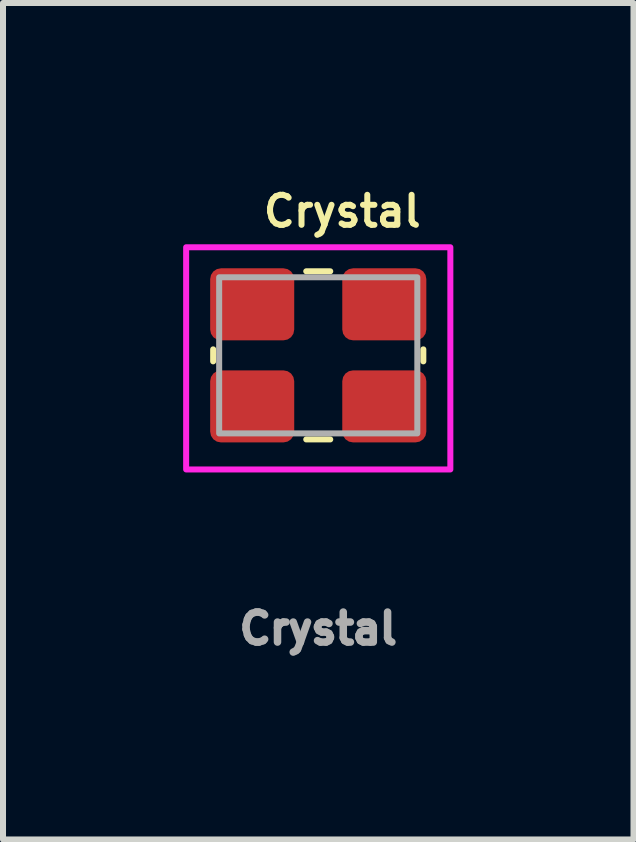
<source format=kicad_pcb>
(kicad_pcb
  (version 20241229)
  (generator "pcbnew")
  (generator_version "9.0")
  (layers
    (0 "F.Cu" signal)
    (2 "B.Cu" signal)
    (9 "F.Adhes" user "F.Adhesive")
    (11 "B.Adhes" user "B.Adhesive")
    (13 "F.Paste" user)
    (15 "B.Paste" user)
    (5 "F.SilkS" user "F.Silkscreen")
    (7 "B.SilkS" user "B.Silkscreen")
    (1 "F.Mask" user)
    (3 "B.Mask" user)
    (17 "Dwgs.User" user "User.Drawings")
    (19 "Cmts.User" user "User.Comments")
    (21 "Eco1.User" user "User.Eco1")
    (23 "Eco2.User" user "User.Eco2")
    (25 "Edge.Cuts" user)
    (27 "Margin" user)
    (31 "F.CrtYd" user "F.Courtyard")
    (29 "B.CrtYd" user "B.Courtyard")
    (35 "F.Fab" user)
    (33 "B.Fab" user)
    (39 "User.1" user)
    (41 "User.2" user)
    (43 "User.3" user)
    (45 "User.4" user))
  (footprint "Crystal"
    (layer "F.Cu")
    (at 2.25 2.868)
    (property "Reference" "Crystal" (at 0.4 -2.4 0) (unlocked yes) (layer "F.SilkS") (effects (font (size 0.5 0.5) (thickness 0.1))))
    (attr smd)
    (fp_line (start -1.75 -0.1) (end -1.75 0.1) (stroke (width 0.1) (type default)) (layer "F.SilkS"))
    (fp_line (start -0.2 -1.4) (end 0.2 -1.4) (stroke (width 0.1) (type default)) (layer "F.SilkS"))
    (fp_line (start -0.2 1.4) (end 0.2 1.4) (stroke (width 0.1) (type default)) (layer "F.SilkS"))
    (fp_line (start 1.75 -0.1) (end 1.75 0.1) (stroke (width 0.1) (type default)) (layer "F.SilkS"))
    (fp_rect (start -2.2 -1.8) (end 2.2 1.9) (stroke (width 0.1) (type solid)) (fill no) (layer "F.CrtYd"))
    (fp_rect (start -1.65 -1.3) (end 1.65 1.3) (stroke (width 0.1) (type solid)) (fill no) (layer "F.Fab"))
    (fp_text user "${REFERENCE}" (at 0 4.55 0) (unlocked yes) (layer "F.Fab") (effects (font (size 0.5 0.5) (thickness 0.125))))
    (pad "1" smd roundrect (at -1.1 -0.85) (size 1.4 1.2) (layers "F.Cu" "F.Mask" "F.Paste") (roundrect_rratio 0.15))
    (pad "2" smd roundrect (at 1.1 -0.85) (size 1.4 1.2) (layers "F.Cu" "F.Mask" "F.Paste") (roundrect_rratio 0.15))
    (pad "3" smd roundrect (at 1.1 0.85) (size 1.4 1.2) (layers "F.Cu" "F.Mask" "F.Paste") (roundrect_rratio 0.15))
    (pad "4" smd roundrect (at -1.1 0.85) (size 1.4 1.2) (layers "F.Cu" "F.Mask" "F.Paste") (roundrect_rratio 0.15)))
  (gr_rect
    (start -3 -3)
    (end 7.5 10.93)
    (stroke (width 0.1) (type default))
    (fill no)
    (layer "Edge.Cuts")))
</source>
